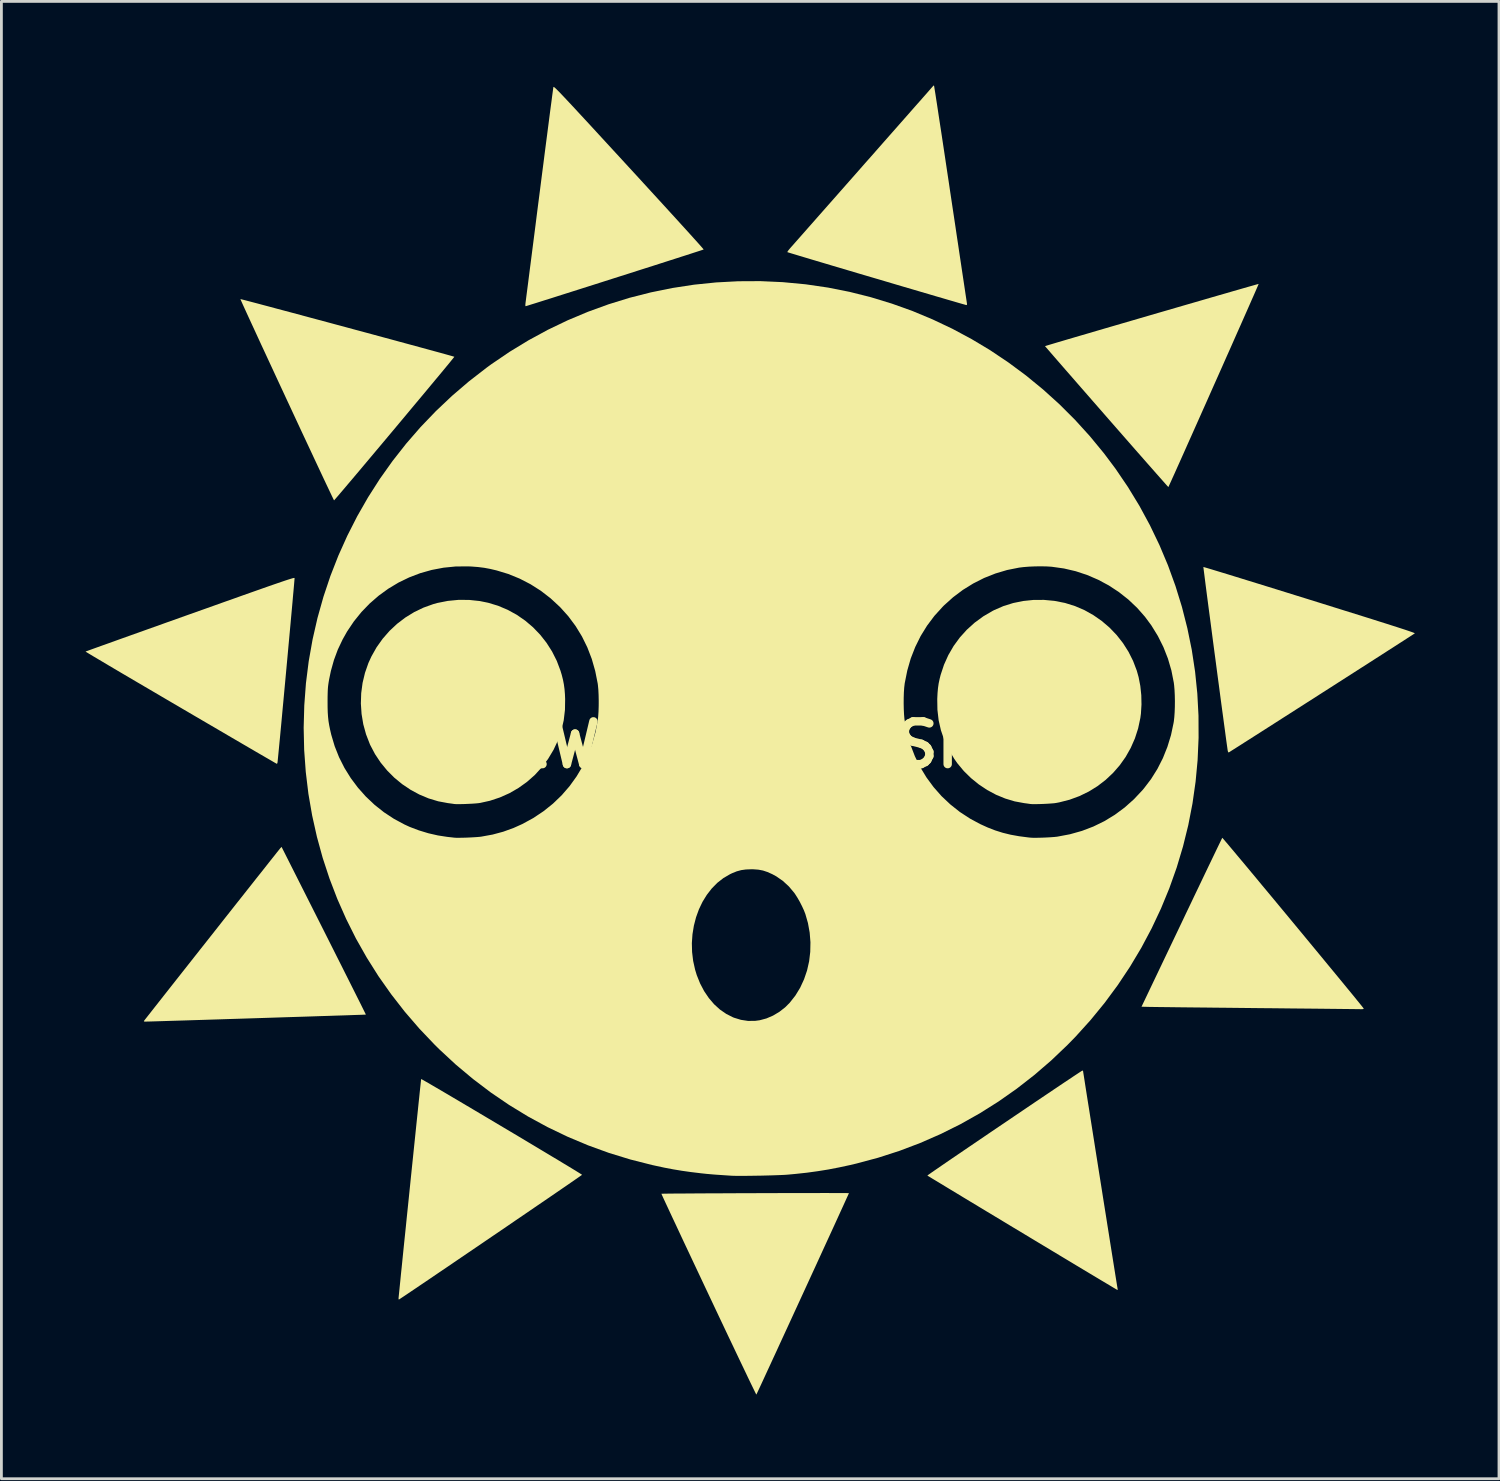
<source format=kicad_pcb>
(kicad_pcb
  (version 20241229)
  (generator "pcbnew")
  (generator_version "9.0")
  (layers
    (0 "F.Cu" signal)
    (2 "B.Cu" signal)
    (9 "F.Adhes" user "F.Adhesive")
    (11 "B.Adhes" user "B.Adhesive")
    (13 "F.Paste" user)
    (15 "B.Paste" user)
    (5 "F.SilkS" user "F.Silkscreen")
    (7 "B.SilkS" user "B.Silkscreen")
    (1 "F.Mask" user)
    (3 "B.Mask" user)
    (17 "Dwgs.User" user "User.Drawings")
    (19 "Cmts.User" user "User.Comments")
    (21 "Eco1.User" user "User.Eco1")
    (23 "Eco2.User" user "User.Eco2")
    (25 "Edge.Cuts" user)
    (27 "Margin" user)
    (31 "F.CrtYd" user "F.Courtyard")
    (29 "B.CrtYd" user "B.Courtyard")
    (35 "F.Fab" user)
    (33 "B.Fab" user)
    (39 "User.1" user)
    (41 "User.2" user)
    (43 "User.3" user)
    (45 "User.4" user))
  (footprint "NEW Sun 60 SILK"
    (layer "F.Cu")
    (at 23.726 23.497)
    (property "Reference" "NEW Sun 60 SILK" (at 0 0 0) (layer "F.SilkS") (effects (font (size 1.524 1.524) (thickness 0.3))))
    (attr board_only exclude_from_pos_files exclude_from_bom)
    (fp_poly (pts (xy -10.053 -5.163) (xy -9.676 -5.123) (xy -9.377 -5.062) (xy -9.02 -4.954) (xy -8.68 -4.81) (xy -8.357 -4.633) (xy -8.055 -4.424) (xy -7.776 -4.187) (xy -7.522 -3.923) (xy -7.295 -3.634) (xy -7.097 -3.323) (xy -6.93 -2.991) (xy -6.798 -2.641) (xy -6.753 -2.492) (xy -6.709 -2.318) (xy -6.677 -2.154) (xy -6.654 -1.986) (xy -6.639 -1.801) (xy -6.632 -1.631) (xy -6.638 -1.246) (xy -6.682 -0.874) (xy -6.764 -0.513) (xy -6.884 -0.164) (xy -7.043 0.176) (xy -7.24 0.505) (xy -7.463 0.804) (xy -7.714 1.078) (xy -7.993 1.324) (xy -8.295 1.54) (xy -8.617 1.726) (xy -8.958 1.878) (xy -9.314 1.996) (xy -9.662 2.073) (xy -9.734 2.083) (xy -9.832 2.092) (xy -9.95 2.1) (xy -10.078 2.106) (xy -10.208 2.112) (xy -10.333 2.115) (xy -10.442 2.116) (xy -10.53 2.115) (xy -10.586 2.111) (xy -10.588 2.111) (xy -10.631 2.104) (xy -10.701 2.094) (xy -10.784 2.083) (xy -10.809 2.08) (xy -11.157 2.015) (xy -11.498 1.912) (xy -11.828 1.774) (xy -12.144 1.603) (xy -12.443 1.402) (xy -12.722 1.172) (xy -12.977 0.916) (xy -13.207 0.636) (xy -13.408 0.334) (xy -13.577 0.013) (xy -13.592 -0.02) (xy -13.728 -0.371) (xy -13.827 -0.731) (xy -13.888 -1.098) (xy -13.913 -1.469) (xy -13.901 -1.839) (xy -13.852 -2.206) (xy -13.766 -2.565) (xy -13.644 -2.914) (xy -13.537 -3.148) (xy -13.353 -3.474) (xy -13.137 -3.778) (xy -12.892 -4.058) (xy -12.622 -4.311) (xy -12.328 -4.535) (xy -12.014 -4.728) (xy -11.682 -4.888) (xy -11.334 -5.013) (xy -11.189 -5.054) (xy -10.814 -5.128) (xy -10.434 -5.165)) (stroke (width 0) (type solid)) (fill yes) (layer "F.SilkS"))
    (fp_poly (pts (xy 10.809 -5.129) (xy 11.176 -5.057) (xy 11.189 -5.054) (xy 11.541 -4.944) (xy 11.879 -4.799) (xy 12.198 -4.62) (xy 12.498 -4.411) (xy 12.775 -4.174) (xy 13.028 -3.91) (xy 13.253 -3.623) (xy 13.449 -3.314) (xy 13.613 -2.987) (xy 13.744 -2.643) (xy 13.809 -2.412) (xy 13.87 -2.097) (xy 13.905 -1.766) (xy 13.912 -1.434) (xy 13.892 -1.11) (xy 13.871 -0.953) (xy 13.792 -0.581) (xy 13.677 -0.225) (xy 13.528 0.113) (xy 13.348 0.432) (xy 13.137 0.73) (xy 12.898 1.004) (xy 12.633 1.253) (xy 12.344 1.475) (xy 12.032 1.668) (xy 11.699 1.83) (xy 11.348 1.959) (xy 10.98 2.053) (xy 10.869 2.074) (xy 10.798 2.084) (xy 10.701 2.092) (xy 10.584 2.1) (xy 10.457 2.107) (xy 10.327 2.112) (xy 10.204 2.115) (xy 10.094 2.116) (xy 10.007 2.115) (xy 9.951 2.111) (xy 9.948 2.111) (xy 9.905 2.104) (xy 9.836 2.094) (xy 9.752 2.083) (xy 9.728 2.08) (xy 9.389 2.017) (xy 9.054 1.916) (xy 8.727 1.781) (xy 8.412 1.612) (xy 8.113 1.413) (xy 7.833 1.186) (xy 7.577 0.934) (xy 7.348 0.659) (xy 7.24 0.505) (xy 7.042 0.174) (xy 6.883 -0.166) (xy 6.763 -0.516) (xy 6.681 -0.876) (xy 6.638 -1.249) (xy 6.632 -1.631) (xy 6.642 -1.838) (xy 6.658 -2.019) (xy 6.682 -2.185) (xy 6.717 -2.35) (xy 6.753 -2.492) (xy 6.873 -2.854) (xy 7.028 -3.198) (xy 7.216 -3.522) (xy 7.436 -3.823) (xy 7.687 -4.101) (xy 7.966 -4.353) (xy 8.272 -4.577) (xy 8.604 -4.771) (xy 8.658 -4.799) (xy 8.99 -4.943) (xy 9.338 -5.052) (xy 9.697 -5.125) (xy 10.065 -5.163) (xy 10.437 -5.164)) (stroke (width 0) (type solid)) (fill yes) (layer "F.SilkS"))
    (fp_poly (pts (xy 16.805 3.33) (xy 16.843 3.373) (xy 16.903 3.444) (xy 16.985 3.539) (xy 17.085 3.659) (xy 17.204 3.8) (xy 17.339 3.962) (xy 17.49 4.142) (xy 17.654 4.338) (xy 17.83 4.55) (xy 18.017 4.774) (xy 18.212 5.01) (xy 18.416 5.254) (xy 18.626 5.507) (xy 18.84 5.765) (xy 19.058 6.028) (xy 19.277 6.292) (xy 19.496 6.557) (xy 19.715 6.821) (xy 19.93 7.082) (xy 20.141 7.337) (xy 20.347 7.586) (xy 20.545 7.827) (xy 20.735 8.057) (xy 20.915 8.275) (xy 21.083 8.479) (xy 21.237 8.667) (xy 21.378 8.838) (xy 21.502 8.99) (xy 21.608 9.121) (xy 21.696 9.229) (xy 21.763 9.312) (xy 21.808 9.369) (xy 21.829 9.397) (xy 21.831 9.4) (xy 21.828 9.415) (xy 21.802 9.423) (xy 21.744 9.425) (xy 21.714 9.425) (xy 21.681 9.424) (xy 21.61 9.423) (xy 21.503 9.422) (xy 21.362 9.42) (xy 21.19 9.419) (xy 20.988 9.416) (xy 20.759 9.414) (xy 20.504 9.411) (xy 20.226 9.408) (xy 19.927 9.405) (xy 19.609 9.402) (xy 19.274 9.399) (xy 18.924 9.395) (xy 18.561 9.391) (xy 18.188 9.388) (xy 18.004 9.386) (xy 17.624 9.382) (xy 17.253 9.378) (xy 16.892 9.374) (xy 16.544 9.371) (xy 16.21 9.367) (xy 15.894 9.364) (xy 15.597 9.361) (xy 15.322 9.358) (xy 15.07 9.355) (xy 14.845 9.352) (xy 14.647 9.35) (xy 14.48 9.348) (xy 14.345 9.346) (xy 14.245 9.345) (xy 14.182 9.344) (xy 14.167 9.343) (xy 13.913 9.337) (xy 15.345 6.335) (xy 15.5 6.008) (xy 15.652 5.691) (xy 15.797 5.386) (xy 15.937 5.094) (xy 16.069 4.818) (xy 16.193 4.558) (xy 16.308 4.318) (xy 16.413 4.1) (xy 16.507 3.904) (xy 16.589 3.733) (xy 16.659 3.588) (xy 16.715 3.473) (xy 16.756 3.388) (xy 16.782 3.335) (xy 16.792 3.317)) (stroke (width 0) (type solid)) (fill yes) (layer "F.SilkS"))
    (fp_poly (pts (xy -15.234 6.626) (xy -15.071 6.95) (xy -14.913 7.264) (xy -14.761 7.567) (xy -14.615 7.856) (xy -14.478 8.13) (xy -14.349 8.386) (xy -14.23 8.624) (xy -14.121 8.841) (xy -14.024 9.035) (xy -13.939 9.204) (xy -13.868 9.347) (xy -13.811 9.462) (xy -13.769 9.547) (xy -13.743 9.599) (xy -13.735 9.618) (xy -13.735 9.618) (xy -13.755 9.619) (xy -13.813 9.621) (xy -13.906 9.625) (xy -14.032 9.629) (xy -14.189 9.634) (xy -14.374 9.641) (xy -14.585 9.648) (xy -14.82 9.655) (xy -15.076 9.664) (xy -15.352 9.672) (xy -15.644 9.682) (xy -15.95 9.692) (xy -16.269 9.702) (xy -16.597 9.712) (xy -16.932 9.723) (xy -17.273 9.734) (xy -17.616 9.745) (xy -17.96 9.756) (xy -18.302 9.767) (xy -18.639 9.777) (xy -18.97 9.788) (xy -19.292 9.798) (xy -19.603 9.808) (xy -19.9 9.817) (xy -20.181 9.826) (xy -20.445 9.834) (xy -20.687 9.841) (xy -20.907 9.848) (xy -21.101 9.854) (xy -21.268 9.859) (xy -21.404 9.863) (xy -21.509 9.866) (xy -21.579 9.867) (xy -21.612 9.868) (xy -21.613 9.868) (xy -21.646 9.861) (xy -21.644 9.843) (xy -21.63 9.824) (xy -21.592 9.775) (xy -21.532 9.699) (xy -21.451 9.596) (xy -21.352 9.47) (xy -21.235 9.321) (xy -21.102 9.152) (xy -20.955 8.965) (xy -20.794 8.761) (xy -20.622 8.542) (xy -20.439 8.31) (xy -20.248 8.068) (xy -20.049 7.816) (xy -19.845 7.557) (xy -19.636 7.292) (xy -19.424 7.024) (xy -19.211 6.754) (xy -18.998 6.484) (xy -18.787 6.216) (xy -18.578 5.952) (xy -18.374 5.693) (xy -18.175 5.442) (xy -17.984 5.2) (xy -17.802 4.97) (xy -17.63 4.752) (xy -17.469 4.55) (xy -17.322 4.364) (xy -17.19 4.196) (xy -17.073 4.049) (xy -16.974 3.925) (xy -16.895 3.824) (xy -16.835 3.75) (xy -16.798 3.703) (xy -16.784 3.687) (xy -16.74 3.64)) (stroke (width 0) (type solid)) (fill yes) (layer "F.SilkS"))
    (fp_poly (pts (xy 18.08 -16.408) (xy 18.058 -16.354) (xy 18.021 -16.269) (xy 17.971 -16.153) (xy 17.908 -16.009) (xy 17.833 -15.84) (xy 17.748 -15.646) (xy 17.653 -15.431) (xy 17.549 -15.196) (xy 17.438 -14.944) (xy 17.319 -14.677) (xy 17.195 -14.396) (xy 17.066 -14.104) (xy 16.932 -13.804) (xy 16.796 -13.496) (xy 16.657 -13.184) (xy 16.517 -12.87) (xy 16.377 -12.555) (xy 16.238 -12.241) (xy 16.1 -11.932) (xy 15.965 -11.628) (xy 15.833 -11.333) (xy 15.706 -11.047) (xy 15.584 -10.775) (xy 15.469 -10.516) (xy 15.361 -10.274) (xy 15.261 -10.051) (xy 15.17 -9.848) (xy 15.09 -9.669) (xy 15.02 -9.515) (xy 14.963 -9.388) (xy 14.918 -9.29) (xy 14.887 -9.223) (xy 14.872 -9.19) (xy 14.87 -9.187) (xy 14.855 -9.202) (xy 14.815 -9.245) (xy 14.752 -9.316) (xy 14.667 -9.412) (xy 14.561 -9.532) (xy 14.435 -9.674) (xy 14.292 -9.837) (xy 14.131 -10.019) (xy 13.956 -10.219) (xy 13.766 -10.434) (xy 13.564 -10.665) (xy 13.351 -10.908) (xy 13.128 -11.163) (xy 12.897 -11.427) (xy 12.666 -11.691) (xy 12.428 -11.964) (xy 12.197 -12.228) (xy 11.975 -12.483) (xy 11.762 -12.726) (xy 11.561 -12.957) (xy 11.373 -13.173) (xy 11.198 -13.373) (xy 11.039 -13.556) (xy 10.897 -13.719) (xy 10.773 -13.862) (xy 10.669 -13.982) (xy 10.585 -14.079) (xy 10.524 -14.15) (xy 10.486 -14.193) (xy 10.473 -14.209) (xy 10.492 -14.215) (xy 10.546 -14.232) (xy 10.635 -14.259) (xy 10.755 -14.295) (xy 10.905 -14.34) (xy 11.083 -14.392) (xy 11.285 -14.452) (xy 11.51 -14.518) (xy 11.756 -14.59) (xy 12.02 -14.667) (xy 12.301 -14.75) (xy 12.595 -14.836) (xy 12.901 -14.925) (xy 13.216 -15.017) (xy 13.539 -15.111) (xy 13.867 -15.207) (xy 14.197 -15.303) (xy 14.529 -15.4) (xy 14.858 -15.495) (xy 15.183 -15.59) (xy 15.503 -15.683) (xy 15.814 -15.773) (xy 16.114 -15.86) (xy 16.402 -15.944) (xy 16.675 -16.023) (xy 16.93 -16.096) (xy 17.166 -16.165) (xy 17.38 -16.226) (xy 17.57 -16.281) (xy 17.734 -16.328) (xy 17.869 -16.366) (xy 17.974 -16.396) (xy 18.046 -16.416) (xy 18.083 -16.426) (xy 18.088 -16.426)) (stroke (width 0) (type solid)) (fill yes) (layer "F.SilkS"))
    (fp_poly (pts (xy -18.187 -15.882) (xy -18.131 -15.868) (xy -18.04 -15.845) (xy -17.918 -15.813) (xy -17.766 -15.773) (xy -17.587 -15.726) (xy -17.382 -15.671) (xy -17.155 -15.611) (xy -16.907 -15.544) (xy -16.64 -15.473) (xy -16.358 -15.398) (xy -16.061 -15.318) (xy -15.753 -15.235) (xy -15.436 -15.15) (xy -15.111 -15.063) (xy -14.782 -14.974) (xy -14.45 -14.885) (xy -14.118 -14.795) (xy -13.787 -14.706) (xy -13.461 -14.618) (xy -13.141 -14.531) (xy -12.829 -14.447) (xy -12.529 -14.365) (xy -12.241 -14.287) (xy -11.969 -14.213) (xy -11.715 -14.144) (xy -11.48 -14.08) (xy -11.268 -14.022) (xy -11.08 -13.971) (xy -10.918 -13.926) (xy -10.786 -13.889) (xy -10.685 -13.861) (xy -10.617 -13.841) (xy -10.584 -13.831) (xy -10.582 -13.83) (xy -10.593 -13.814) (xy -10.629 -13.769) (xy -10.687 -13.698) (xy -10.765 -13.601) (xy -10.864 -13.482) (xy -10.979 -13.342) (xy -11.111 -13.183) (xy -11.258 -13.007) (xy -11.417 -12.816) (xy -11.587 -12.611) (xy -11.767 -12.396) (xy -11.955 -12.171) (xy -12.149 -11.939) (xy -12.347 -11.701) (xy -12.549 -11.46) (xy -12.752 -11.217) (xy -12.955 -10.975) (xy -13.156 -10.735) (xy -13.354 -10.5) (xy -13.546 -10.271) (xy -13.732 -10.05) (xy -13.909 -9.839) (xy -14.077 -9.64) (xy -14.233 -9.455) (xy -14.376 -9.287) (xy -14.503 -9.136) (xy -14.615 -9.005) (xy -14.708 -8.895) (xy -14.782 -8.81) (xy -14.834 -8.75) (xy -14.863 -8.717) (xy -14.869 -8.712) (xy -14.878 -8.729) (xy -14.904 -8.781) (xy -14.945 -8.866) (xy -15 -8.982) (xy -15.069 -9.127) (xy -15.151 -9.3) (xy -15.245 -9.499) (xy -15.35 -9.723) (xy -15.465 -9.968) (xy -15.59 -10.235) (xy -15.723 -10.52) (xy -15.865 -10.823) (xy -16.014 -11.141) (xy -16.169 -11.474) (xy -16.329 -11.818) (xy -16.494 -12.173) (xy -16.55 -12.292) (xy -16.716 -12.65) (xy -16.878 -12.998) (xy -17.034 -13.335) (xy -17.184 -13.658) (xy -17.327 -13.967) (xy -17.463 -14.259) (xy -17.589 -14.533) (xy -17.706 -14.787) (xy -17.813 -15.019) (xy -17.909 -15.227) (xy -17.993 -15.41) (xy -18.064 -15.566) (xy -18.122 -15.693) (xy -18.165 -15.789) (xy -18.194 -15.854) (xy -18.207 -15.884) (xy -18.207 -15.886)) (stroke (width 0) (type solid)) (fill yes) (layer "F.SilkS"))
    (fp_poly (pts (xy 2.73 15.978) (xy 2.927 15.979) (xy 3.098 15.979) (xy 3.241 15.98) (xy 3.354 15.98) (xy 3.432 15.981) (xy 3.475 15.982) (xy 3.483 15.983) (xy 3.475 16.003) (xy 3.451 16.057) (xy 3.412 16.142) (xy 3.359 16.258) (xy 3.294 16.402) (xy 3.216 16.572) (xy 3.128 16.765) (xy 3.03 16.98) (xy 2.923 17.214) (xy 2.808 17.465) (xy 2.685 17.732) (xy 2.557 18.011) (xy 2.424 18.302) (xy 2.287 18.601) (xy 2.146 18.907) (xy 2.004 19.217) (xy 1.86 19.53) (xy 1.716 19.843) (xy 1.573 20.154) (xy 1.432 20.461) (xy 1.293 20.763) (xy 1.158 21.056) (xy 1.028 21.338) (xy 0.904 21.609) (xy 0.786 21.864) (xy 0.676 22.103) (xy 0.574 22.323) (xy 0.482 22.523) (xy 0.401 22.699) (xy 0.331 22.85) (xy 0.273 22.974) (xy 0.229 23.068) (xy 0.199 23.131) (xy 0.185 23.16) (xy 0.184 23.162) (xy 0.174 23.146) (xy 0.148 23.095) (xy 0.107 23.011) (xy 0.051 22.896) (xy -0.019 22.752) (xy -0.102 22.58) (xy -0.196 22.382) (xy -0.302 22.16) (xy -0.419 21.916) (xy -0.545 21.651) (xy -0.68 21.366) (xy -0.824 21.065) (xy -0.974 20.747) (xy -1.131 20.416) (xy -1.293 20.073) (xy -1.46 19.719) (xy -1.519 19.594) (xy -1.688 19.236) (xy -1.851 18.889) (xy -2.01 18.552) (xy -2.162 18.229) (xy -2.307 17.921) (xy -2.444 17.63) (xy -2.572 17.356) (xy -2.69 17.103) (xy -2.799 16.872) (xy -2.896 16.664) (xy -2.981 16.481) (xy -3.054 16.325) (xy -3.113 16.198) (xy -3.157 16.102) (xy -3.186 16.037) (xy -3.2 16.007) (xy -3.2 16.005) (xy -3.179 16.003) (xy -3.121 16.002) (xy -3.028 16) (xy -2.902 15.999) (xy -2.746 15.997) (xy -2.564 15.996) (xy -2.356 15.995) (xy -2.126 15.993) (xy -1.877 15.992) (xy -1.61 15.99) (xy -1.329 15.989) (xy -1.036 15.988) (xy -0.733 15.986) (xy -0.423 15.985) (xy -0.108 15.984) (xy 0.209 15.983) (xy 0.525 15.982) (xy 0.837 15.981) (xy 1.145 15.98) (xy 1.444 15.98) (xy 1.733 15.979) (xy 2.008 15.979) (xy 2.268 15.979) (xy 2.509 15.978)) (stroke (width 0) (type solid)) (fill yes) (layer "F.SilkS"))
    (fp_poly (pts (xy -11.747 11.922) (xy -11.698 11.95) (xy -11.618 11.995) (xy -11.511 12.056) (xy -11.378 12.134) (xy -11.222 12.225) (xy -11.044 12.329) (xy -10.847 12.445) (xy -10.634 12.571) (xy -10.405 12.706) (xy -10.164 12.849) (xy -9.912 12.998) (xy -9.653 13.152) (xy -9.387 13.31) (xy -9.117 13.47) (xy -8.845 13.632) (xy -8.574 13.793) (xy -8.305 13.953) (xy -8.041 14.111) (xy -7.784 14.265) (xy -7.537 14.413) (xy -7.3 14.555) (xy -7.077 14.689) (xy -6.869 14.813) (xy -6.68 14.928) (xy -6.51 15.03) (xy -6.362 15.12) (xy -6.239 15.195) (xy -6.142 15.255) (xy -6.074 15.298) (xy -6.036 15.323) (xy -6.029 15.328) (xy -6.045 15.341) (xy -6.092 15.374) (xy -6.168 15.427) (xy -6.272 15.499) (xy -6.401 15.588) (xy -6.554 15.694) (xy -6.728 15.813) (xy -6.922 15.946) (xy -7.133 16.091) (xy -7.361 16.247) (xy -7.602 16.411) (xy -7.855 16.584) (xy -8.118 16.764) (xy -8.39 16.949) (xy -8.667 17.139) (xy -8.949 17.331) (xy -9.233 17.524) (xy -9.518 17.718) (xy -9.801 17.911) (xy -10.081 18.101) (xy -10.355 18.287) (xy -10.622 18.469) (xy -10.879 18.644) (xy -11.126 18.811) (xy -11.36 18.97) (xy -11.578 19.118) (xy -11.78 19.254) (xy -11.963 19.378) (xy -12.125 19.487) (xy -12.264 19.581) (xy -12.379 19.658) (xy -12.467 19.716) (xy -12.527 19.756) (xy -12.556 19.774) (xy -12.559 19.776) (xy -12.568 19.759) (xy -12.57 19.73) (xy -12.568 19.707) (xy -12.562 19.646) (xy -12.552 19.549) (xy -12.539 19.421) (xy -12.523 19.261) (xy -12.504 19.074) (xy -12.483 18.86) (xy -12.458 18.624) (xy -12.432 18.366) (xy -12.404 18.089) (xy -12.374 17.796) (xy -12.342 17.489) (xy -12.309 17.171) (xy -12.276 16.842) (xy -12.241 16.507) (xy -12.206 16.167) (xy -12.171 15.825) (xy -12.136 15.483) (xy -12.101 15.143) (xy -12.066 14.808) (xy -12.032 14.479) (xy -11.999 14.161) (xy -11.967 13.853) (xy -11.937 13.56) (xy -11.908 13.283) (xy -11.881 13.025) (xy -11.857 12.788) (xy -11.834 12.574) (xy -11.815 12.386) (xy -11.798 12.227) (xy -11.784 12.097) (xy -11.774 12) (xy -11.767 11.939) (xy -11.764 11.915) (xy -11.764 11.915)) (stroke (width 0) (type solid)) (fill yes) (layer "F.SilkS"))
    (fp_poly (pts (xy 11.825 11.617) (xy 11.829 11.627) (xy 11.832 11.649) (xy 11.841 11.708) (xy 11.856 11.802) (xy 11.876 11.928) (xy 11.9 12.085) (xy 11.929 12.27) (xy 11.962 12.48) (xy 11.999 12.714) (xy 12.04 12.969) (xy 12.083 13.242) (xy 12.129 13.532) (xy 12.177 13.836) (xy 12.227 14.152) (xy 12.278 14.477) (xy 12.331 14.809) (xy 12.384 15.146) (xy 12.438 15.485) (xy 12.492 15.825) (xy 12.545 16.162) (xy 12.598 16.495) (xy 12.65 16.821) (xy 12.7 17.139) (xy 12.749 17.444) (xy 12.795 17.736) (xy 12.839 18.012) (xy 12.88 18.269) (xy 12.918 18.506) (xy 12.952 18.72) (xy 12.982 18.908) (xy 13.008 19.069) (xy 13.029 19.2) (xy 13.045 19.299) (xy 13.056 19.363) (xy 13.06 19.39) (xy 13.06 19.39) (xy 13.063 19.425) (xy 13.056 19.435) (xy 13.037 19.424) (xy 12.986 19.394) (xy 12.904 19.346) (xy 12.793 19.279) (xy 12.654 19.196) (xy 12.489 19.098) (xy 12.299 18.984) (xy 12.087 18.857) (xy 11.853 18.717) (xy 11.6 18.565) (xy 11.33 18.402) (xy 11.043 18.23) (xy 10.741 18.048) (xy 10.427 17.859) (xy 10.101 17.663) (xy 9.766 17.461) (xy 9.668 17.402) (xy 9.33 17.199) (xy 9.001 17) (xy 8.684 16.809) (xy 8.378 16.625) (xy 8.087 16.449) (xy 7.811 16.283) (xy 7.553 16.127) (xy 7.314 15.982) (xy 7.095 15.85) (xy 6.899 15.731) (xy 6.727 15.627) (xy 6.58 15.538) (xy 6.46 15.466) (xy 6.37 15.41) (xy 6.309 15.374) (xy 6.282 15.356) (xy 6.28 15.355) (xy 6.295 15.343) (xy 6.341 15.309) (xy 6.416 15.257) (xy 6.518 15.186) (xy 6.645 15.099) (xy 6.794 14.996) (xy 6.965 14.879) (xy 7.153 14.75) (xy 7.359 14.61) (xy 7.578 14.461) (xy 7.81 14.303) (xy 8.052 14.139) (xy 8.302 13.969) (xy 8.558 13.795) (xy 8.818 13.619) (xy 9.08 13.442) (xy 9.341 13.265) (xy 9.6 13.09) (xy 9.854 12.918) (xy 10.102 12.75) (xy 10.341 12.589) (xy 10.57 12.435) (xy 10.785 12.29) (xy 10.986 12.155) (xy 11.169 12.032) (xy 11.333 11.923) (xy 11.476 11.827) (xy 11.596 11.748) (xy 11.69 11.686) (xy 11.757 11.642) (xy 11.794 11.619) (xy 11.8 11.616)) (stroke (width 0) (type solid)) (fill yes) (layer "F.SilkS"))
    (fp_poly (pts (xy 16.138 -6.332) (xy 16.194 -6.316) (xy 16.285 -6.289) (xy 16.409 -6.252) (xy 16.563 -6.205) (xy 16.747 -6.149) (xy 16.958 -6.085) (xy 17.194 -6.012) (xy 17.454 -5.932) (xy 17.735 -5.845) (xy 18.037 -5.752) (xy 18.357 -5.653) (xy 18.693 -5.549) (xy 19.043 -5.44) (xy 19.406 -5.327) (xy 19.78 -5.211) (xy 19.905 -5.172) (xy 20.367 -5.028) (xy 20.792 -4.895) (xy 21.182 -4.773) (xy 21.538 -4.662) (xy 21.861 -4.561) (xy 22.151 -4.47) (xy 22.412 -4.387) (xy 22.644 -4.314) (xy 22.847 -4.249) (xy 23.025 -4.192) (xy 23.177 -4.143) (xy 23.306 -4.101) (xy 23.412 -4.065) (xy 23.497 -4.036) (xy 23.563 -4.013) (xy 23.61 -3.995) (xy 23.639 -3.983) (xy 23.653 -3.974) (xy 23.654 -3.971) (xy 23.635 -3.958) (xy 23.584 -3.925) (xy 23.504 -3.873) (xy 23.395 -3.803) (xy 23.261 -3.716) (xy 23.103 -3.615) (xy 22.923 -3.499) (xy 22.723 -3.371) (xy 22.506 -3.231) (xy 22.272 -3.081) (xy 22.024 -2.922) (xy 21.765 -2.756) (xy 21.495 -2.583) (xy 21.217 -2.405) (xy 20.934 -2.224) (xy 20.646 -2.039) (xy 20.356 -1.854) (xy 20.066 -1.668) (xy 19.778 -1.484) (xy 19.493 -1.302) (xy 19.215 -1.124) (xy 18.944 -0.951) (xy 18.683 -0.784) (xy 18.434 -0.625) (xy 18.198 -0.474) (xy 17.978 -0.334) (xy 17.776 -0.205) (xy 17.593 -0.089) (xy 17.433 0.014) (xy 17.295 0.101) (xy 17.183 0.172) (xy 17.099 0.225) (xy 17.045 0.26) (xy 17.021 0.274) (xy 17.021 0.274) (xy 17.003 0.263) (xy 16.988 0.222) (xy 16.987 0.216) (xy 16.98 0.173) (xy 16.969 0.093) (xy 16.953 -0.019) (xy 16.933 -0.162) (xy 16.91 -0.332) (xy 16.884 -0.529) (xy 16.854 -0.748) (xy 16.822 -0.988) (xy 16.787 -1.245) (xy 16.75 -1.518) (xy 16.712 -1.804) (xy 16.673 -2.101) (xy 16.632 -2.405) (xy 16.591 -2.714) (xy 16.55 -3.026) (xy 16.508 -3.338) (xy 16.467 -3.649) (xy 16.427 -3.954) (xy 16.388 -4.252) (xy 16.35 -4.54) (xy 16.313 -4.816) (xy 16.279 -5.076) (xy 16.247 -5.32) (xy 16.218 -5.543) (xy 16.192 -5.744) (xy 16.17 -5.92) (xy 16.151 -6.069) (xy 16.136 -6.187) (xy 16.125 -6.273) (xy 16.119 -6.324) (xy 16.118 -6.337)) (stroke (width 0) (type solid)) (fill yes) (layer "F.SilkS"))
    (fp_poly (pts (xy 6.516 -23.495) (xy 6.517 -23.493) (xy 6.522 -23.472) (xy 6.531 -23.414) (xy 6.546 -23.319) (xy 6.567 -23.191) (xy 6.591 -23.031) (xy 6.621 -22.841) (xy 6.654 -22.623) (xy 6.691 -22.378) (xy 6.732 -22.11) (xy 6.777 -21.818) (xy 6.824 -21.507) (xy 6.874 -21.176) (xy 6.926 -20.829) (xy 6.98 -20.467) (xy 7.037 -20.092) (xy 7.094 -19.706) (xy 7.107 -19.621) (xy 7.165 -19.233) (xy 7.222 -18.855) (xy 7.277 -18.489) (xy 7.329 -18.137) (xy 7.38 -17.801) (xy 7.427 -17.483) (xy 7.472 -17.185) (xy 7.513 -16.909) (xy 7.551 -16.657) (xy 7.585 -16.431) (xy 7.615 -16.232) (xy 7.64 -16.062) (xy 7.661 -15.924) (xy 7.677 -15.82) (xy 7.687 -15.751) (xy 7.692 -15.719) (xy 7.692 -15.717) (xy 7.69 -15.681) (xy 7.668 -15.673) (xy 7.646 -15.679) (xy 7.587 -15.696) (xy 7.494 -15.722) (xy 7.369 -15.758) (xy 7.213 -15.804) (xy 7.029 -15.857) (xy 6.819 -15.919) (xy 6.584 -15.987) (xy 6.328 -16.063) (xy 6.051 -16.144) (xy 5.757 -16.231) (xy 5.446 -16.322) (xy 5.121 -16.418) (xy 4.784 -16.518) (xy 4.469 -16.611) (xy 4.123 -16.713) (xy 3.787 -16.812) (xy 3.464 -16.908) (xy 3.156 -17) (xy 2.864 -17.086) (xy 2.59 -17.168) (xy 2.336 -17.243) (xy 2.106 -17.312) (xy 1.899 -17.374) (xy 1.719 -17.428) (xy 1.568 -17.474) (xy 1.447 -17.51) (xy 1.359 -17.537) (xy 1.305 -17.554) (xy 1.288 -17.56) (xy 1.295 -17.579) (xy 1.324 -17.621) (xy 1.371 -17.679) (xy 1.414 -17.729) (xy 1.437 -17.755) (xy 1.485 -17.808) (xy 1.555 -17.888) (xy 1.647 -17.992) (xy 1.758 -18.118) (xy 1.887 -18.264) (xy 2.033 -18.43) (xy 2.194 -18.612) (xy 2.368 -18.81) (xy 2.554 -19.021) (xy 2.751 -19.244) (xy 2.956 -19.476) (xy 3.168 -19.717) (xy 3.386 -19.964) (xy 3.608 -20.216) (xy 3.832 -20.47) (xy 4.057 -20.726) (xy 4.282 -20.98) (xy 4.504 -21.232) (xy 4.722 -21.48) (xy 4.935 -21.722) (xy 5.141 -21.955) (xy 5.338 -22.179) (xy 5.526 -22.392) (xy 5.701 -22.591) (xy 5.863 -22.775) (xy 6.011 -22.942) (xy 6.142 -23.091) (xy 6.255 -23.219) (xy 6.348 -23.326) (xy 6.42 -23.408) (xy 6.47 -23.464) (xy 6.495 -23.493) (xy 6.498 -23.497)) (stroke (width 0) (type solid)) (fill yes) (layer "F.SilkS"))
    (fp_poly (pts (xy -16.278 -5.944) (xy -16.276 -5.942) (xy -16.278 -5.919) (xy -16.282 -5.858) (xy -16.29 -5.763) (xy -16.301 -5.636) (xy -16.315 -5.479) (xy -16.332 -5.295) (xy -16.35 -5.086) (xy -16.371 -4.855) (xy -16.394 -4.605) (xy -16.418 -4.339) (xy -16.444 -4.057) (xy -16.471 -3.764) (xy -16.499 -3.462) (xy -16.527 -3.154) (xy -16.556 -2.841) (xy -16.585 -2.526) (xy -16.614 -2.213) (xy -16.643 -1.903) (xy -16.671 -1.6) (xy -16.699 -1.305) (xy -16.725 -1.021) (xy -16.75 -0.751) (xy -16.774 -0.498) (xy -16.796 -0.263) (xy -16.817 -0.05) (xy -16.835 0.139) (xy -16.851 0.302) (xy -16.864 0.435) (xy -16.874 0.537) (xy -16.881 0.604) (xy -16.885 0.635) (xy -16.885 0.636) (xy -16.897 0.67) (xy -16.909 0.679) (xy -16.927 0.669) (xy -16.979 0.64) (xy -17.061 0.592) (xy -17.173 0.527) (xy -17.313 0.446) (xy -17.48 0.349) (xy -17.671 0.238) (xy -17.885 0.113) (xy -18.12 -0.024) (xy -18.375 -0.173) (xy -18.647 -0.332) (xy -18.936 -0.501) (xy -19.24 -0.679) (xy -19.557 -0.864) (xy -19.885 -1.056) (xy -20.223 -1.254) (xy -20.33 -1.317) (xy -20.67 -1.516) (xy -21.001 -1.71) (xy -21.321 -1.898) (xy -21.628 -2.078) (xy -21.921 -2.25) (xy -22.198 -2.413) (xy -22.457 -2.565) (xy -22.697 -2.707) (xy -22.916 -2.836) (xy -23.112 -2.953) (xy -23.284 -3.055) (xy -23.431 -3.142) (xy -23.549 -3.213) (xy -23.639 -3.267) (xy -23.698 -3.303) (xy -23.725 -3.321) (xy -23.726 -3.322) (xy -23.707 -3.33) (xy -23.651 -3.35) (xy -23.561 -3.383) (xy -23.44 -3.427) (xy -23.287 -3.482) (xy -23.106 -3.547) (xy -22.898 -3.621) (xy -22.665 -3.705) (xy -22.409 -3.797) (xy -22.131 -3.896) (xy -21.833 -4.002) (xy -21.518 -4.115) (xy -21.186 -4.233) (xy -20.841 -4.357) (xy -20.483 -4.484) (xy -20.114 -4.616) (xy -19.999 -4.657) (xy -19.556 -4.814) (xy -19.149 -4.959) (xy -18.777 -5.092) (xy -18.437 -5.212) (xy -18.13 -5.322) (xy -17.852 -5.42) (xy -17.603 -5.508) (xy -17.382 -5.586) (xy -17.186 -5.655) (xy -17.013 -5.715) (xy -16.864 -5.766) (xy -16.736 -5.81) (xy -16.627 -5.847) (xy -16.536 -5.877) (xy -16.461 -5.901) (xy -16.402 -5.919) (xy -16.356 -5.933) (xy -16.322 -5.941) (xy -16.299 -5.946) (xy -16.285 -5.946)) (stroke (width 0) (type solid)) (fill yes) (layer "F.SilkS"))
    (fp_poly (pts (xy -7.032 -23.445) (xy -7.017 -23.436) (xy -6.997 -23.419) (xy -6.968 -23.393) (xy -6.932 -23.358) (xy -6.886 -23.312) (xy -6.829 -23.255) (xy -6.761 -23.183) (xy -6.68 -23.098) (xy -6.585 -22.997) (xy -6.475 -22.879) (xy -6.348 -22.744) (xy -6.205 -22.589) (xy -6.043 -22.414) (xy -5.861 -22.218) (xy -5.659 -21.999) (xy -5.436 -21.756) (xy -5.189 -21.488) (xy -4.919 -21.194) (xy -4.623 -20.873) (xy -4.357 -20.583) (xy -4.089 -20.292) (xy -3.83 -20.009) (xy -3.579 -19.735) (xy -3.338 -19.472) (xy -3.108 -19.221) (xy -2.891 -18.983) (xy -2.688 -18.761) (xy -2.5 -18.554) (xy -2.328 -18.365) (xy -2.174 -18.195) (xy -2.04 -18.046) (xy -1.925 -17.919) (xy -1.832 -17.815) (xy -1.762 -17.735) (xy -1.716 -17.682) (xy -1.696 -17.656) (xy -1.695 -17.654) (xy -1.715 -17.647) (xy -1.771 -17.628) (xy -1.86 -17.599) (xy -1.981 -17.56) (xy -2.129 -17.512) (xy -2.304 -17.455) (xy -2.502 -17.392) (xy -2.722 -17.321) (xy -2.96 -17.245) (xy -3.215 -17.163) (xy -3.483 -17.077) (xy -3.763 -16.988) (xy -4.052 -16.896) (xy -4.348 -16.801) (xy -4.648 -16.706) (xy -4.95 -16.61) (xy -5.251 -16.514) (xy -5.548 -16.419) (xy -5.841 -16.326) (xy -6.125 -16.236) (xy -6.399 -16.149) (xy -6.661 -16.066) (xy -6.907 -15.988) (xy -7.135 -15.915) (xy -7.344 -15.85) (xy -7.53 -15.791) (xy -7.691 -15.74) (xy -7.824 -15.699) (xy -7.928 -15.666) (xy -8 -15.644) (xy -8.037 -15.633) (xy -8.042 -15.632) (xy -8.049 -15.65) (xy -8.049 -15.699) (xy -8.044 -15.747) (xy -8.04 -15.779) (xy -8.031 -15.848) (xy -8.018 -15.953) (xy -8 -16.091) (xy -7.978 -16.261) (xy -7.952 -16.461) (xy -7.923 -16.689) (xy -7.891 -16.942) (xy -7.855 -17.219) (xy -7.817 -17.517) (xy -7.776 -17.835) (xy -7.733 -18.17) (xy -7.688 -18.521) (xy -7.642 -18.886) (xy -7.594 -19.262) (xy -7.547 -19.625) (xy -7.498 -20.01) (xy -7.45 -20.384) (xy -7.403 -20.746) (xy -7.359 -21.093) (xy -7.316 -21.425) (xy -7.275 -21.738) (xy -7.237 -22.032) (xy -7.202 -22.303) (xy -7.17 -22.55) (xy -7.141 -22.771) (xy -7.115 -22.964) (xy -7.094 -23.128) (xy -7.076 -23.259) (xy -7.063 -23.357) (xy -7.054 -23.419) (xy -7.05 -23.442) (xy -7.048 -23.448) (xy -7.042 -23.449)) (stroke (width 0) (type solid)) (fill yes) (layer "F.SilkS"))
    (fp_poly (pts (xy 1.123 -16.49) (xy 1.92 -16.415) (xy 1.962 -16.41) (xy 2.741 -16.296) (xy 3.511 -16.143) (xy 4.269 -15.952) (xy 5.016 -15.724) (xy 5.75 -15.461) (xy 6.468 -15.161) (xy 7.171 -14.828) (xy 7.857 -14.46) (xy 8.525 -14.059) (xy 9.172 -13.625) (xy 9.799 -13.16) (xy 10.404 -12.664) (xy 10.986 -12.138) (xy 11.542 -11.583) (xy 12.073 -10.998) (xy 12.577 -10.386) (xy 12.98 -9.848) (xy 13.426 -9.192) (xy 13.837 -8.518) (xy 14.212 -7.826) (xy 14.552 -7.118) (xy 14.856 -6.396) (xy 15.123 -5.66) (xy 15.354 -4.912) (xy 15.547 -4.153) (xy 15.704 -3.385) (xy 15.822 -2.609) (xy 15.902 -1.826) (xy 15.944 -1.037) (xy 15.947 -0.244) (xy 15.912 0.552) (xy 15.841 1.311) (xy 15.73 2.091) (xy 15.58 2.863) (xy 15.392 3.624) (xy 15.167 4.375) (xy 14.905 5.113) (xy 14.607 5.837) (xy 14.273 6.546) (xy 13.905 7.238) (xy 13.502 7.912) (xy 13.066 8.567) (xy 12.597 9.202) (xy 12.096 9.814) (xy 11.564 10.403) (xy 11.276 10.698) (xy 10.695 11.252) (xy 10.09 11.773) (xy 9.462 12.262) (xy 8.814 12.717) (xy 8.144 13.139) (xy 7.456 13.526) (xy 6.748 13.878) (xy 6.023 14.195) (xy 5.282 14.476) (xy 4.524 14.72) (xy 3.752 14.927) (xy 3.533 14.979) (xy 3.133 15.065) (xy 2.75 15.139) (xy 2.372 15.2) (xy 1.986 15.253) (xy 1.58 15.297) (xy 1.301 15.323) (xy 1.203 15.33) (xy 1.074 15.336) (xy 0.92 15.342) (xy 0.745 15.348) (xy 0.557 15.353) (xy 0.362 15.358) (xy 0.164 15.361) (xy -0.029 15.364) (xy -0.212 15.366) (xy -0.379 15.366) (xy -0.523 15.366) (xy -0.639 15.364) (xy -0.721 15.36) (xy -0.93 15.346) (xy -1.106 15.334) (xy -1.254 15.324) (xy -1.381 15.314) (xy -1.493 15.304) (xy -1.597 15.295) (xy -1.698 15.284) (xy -1.802 15.273) (xy -1.814 15.271) (xy -2.155 15.23) (xy -2.471 15.185) (xy -2.778 15.134) (xy -3.089 15.075) (xy -3.419 15.004) (xy -3.533 14.979) (xy -4.309 14.782) (xy -5.071 14.548) (xy -5.817 14.277) (xy -6.547 13.97) (xy -7.259 13.628) (xy -7.953 13.251) (xy -8.628 12.839) (xy -9.283 12.393) (xy -9.916 11.913) (xy -10.528 11.401) (xy -11.116 10.856) (xy -11.277 10.697) (xy -11.828 10.118) (xy -12.347 9.516) (xy -12.832 8.893) (xy -13.285 8.25) (xy -13.703 7.587) (xy -13.996 7.069) (xy -2.115 7.069) (xy -2.107 7.386) (xy -2.069 7.704) (xy -1.999 8.018) (xy -1.941 8.209) (xy -1.821 8.508) (xy -1.677 8.782) (xy -1.509 9.03) (xy -1.321 9.25) (xy -1.113 9.439) (xy -0.888 9.594) (xy -0.648 9.715) (xy -0.61 9.73) (xy -0.365 9.805) (xy -0.115 9.843) (xy 0.135 9.842) (xy 0.305 9.819) (xy 0.543 9.755) (xy 0.778 9.654) (xy 1.002 9.521) (xy 1.209 9.36) (xy 1.375 9.194) (xy 1.576 8.938) (xy 1.746 8.659) (xy 1.884 8.36) (xy 1.991 8.046) (xy 2.065 7.719) (xy 2.105 7.383) (xy 2.112 7.041) (xy 2.085 6.697) (xy 2.023 6.354) (xy 1.931 6.034) (xy 1.88 5.902) (xy 1.81 5.751) (xy 1.73 5.594) (xy 1.644 5.445) (xy 1.561 5.315) (xy 1.534 5.277) (xy 1.343 5.05) (xy 1.131 4.855) (xy 0.899 4.693) (xy 0.753 4.613) (xy 0.58 4.536) (xy 0.421 4.483) (xy 0.259 4.452) (xy 0.081 4.439) (xy 0 4.438) (xy -0.189 4.445) (xy -0.355 4.468) (xy -0.514 4.511) (xy -0.68 4.578) (xy -0.753 4.613) (xy -0.991 4.752) (xy -1.21 4.923) (xy -1.407 5.124) (xy -1.582 5.35) (xy -1.735 5.598) (xy -1.863 5.866) (xy -1.966 6.15) (xy -2.043 6.448) (xy -2.093 6.755) (xy -2.115 7.069) (xy -13.996 7.069) (xy -14.088 6.907) (xy -14.437 6.209) (xy -14.752 5.497) (xy -15.031 4.77) (xy -15.274 4.031) (xy -15.48 3.28) (xy -15.65 2.518) (xy -15.783 1.748) (xy -15.877 0.969) (xy -15.934 0.184) (xy -15.952 -0.607) (xy -15.93 -1.402) (xy -15.919 -1.551) (xy -15.1 -1.551) (xy -15.099 -1.34) (xy -15.094 -1.159) (xy -15.083 -0.997) (xy -15.067 -0.846) (xy -15.042 -0.694) (xy -15.009 -0.533) (xy -14.969 -0.36) (xy -14.847 0.05) (xy -14.69 0.446) (xy -14.498 0.826) (xy -14.273 1.188) (xy -14.018 1.529) (xy -13.735 1.847) (xy -13.425 2.14) (xy -13.091 2.405) (xy -12.734 2.64) (xy -12.356 2.843) (xy -12.168 2.929) (xy -11.846 3.051) (xy -11.508 3.154) (xy -11.166 3.232) (xy -10.849 3.281) (xy -10.756 3.292) (xy -10.671 3.301) (xy -10.607 3.309) (xy -10.588 3.311) (xy -10.523 3.315) (xy -10.427 3.316) (xy -10.307 3.314) (xy -10.174 3.311) (xy -10.035 3.305) (xy -9.9 3.298) (xy -9.776 3.29) (xy -9.673 3.281) (xy -9.618 3.274) (xy -9.218 3.201) (xy -8.839 3.099) (xy -8.469 2.965) (xy -8.156 2.824) (xy -7.767 2.612) (xy -7.403 2.369) (xy -7.066 2.099) (xy -6.756 1.801) (xy -6.475 1.477) (xy -6.225 1.13) (xy -6.005 0.761) (xy -5.818 0.371) (xy -5.665 -0.038) (xy -5.546 -0.463) (xy -5.471 -0.861) (xy -5.454 -1.008) (xy -5.442 -1.184) (xy -5.436 -1.377) (xy -5.435 -1.467) (xy 5.435 -1.467) (xy 5.439 -1.268) (xy 5.448 -1.083) (xy 5.462 -0.922) (xy 5.471 -0.861) (xy 5.557 -0.421) (xy 5.678 0.003) (xy 5.835 0.41) (xy 6.025 0.798) (xy 6.248 1.165) (xy 6.502 1.51) (xy 6.785 1.831) (xy 7.098 2.126) (xy 7.437 2.395) (xy 7.804 2.634) (xy 8.156 2.824) (xy 8.429 2.948) (xy 8.696 3.052) (xy 8.966 3.137) (xy 9.247 3.206) (xy 9.548 3.26) (xy 9.878 3.303) (xy 9.958 3.311) (xy 10.032 3.315) (xy 10.137 3.316) (xy 10.264 3.314) (xy 10.403 3.31) (xy 10.545 3.304) (xy 10.681 3.296) (xy 10.802 3.287) (xy 10.898 3.277) (xy 10.919 3.274) (xy 11.362 3.19) (xy 11.789 3.07) (xy 12.198 2.914) (xy 12.589 2.723) (xy 12.96 2.497) (xy 13.311 2.237) (xy 13.64 1.944) (xy 13.947 1.618) (xy 13.995 1.561) (xy 14.253 1.223) (xy 14.48 0.86) (xy 14.675 0.476) (xy 14.836 0.074) (xy 14.964 -0.345) (xy 15.055 -0.775) (xy 15.066 -0.841) (xy 15.082 -0.986) (xy 15.094 -1.16) (xy 15.101 -1.354) (xy 15.103 -1.556) (xy 15.099 -1.758) (xy 15.09 -1.947) (xy 15.076 -2.116) (xy 15.064 -2.212) (xy 14.978 -2.649) (xy 14.854 -3.073) (xy 14.693 -3.483) (xy 14.496 -3.877) (xy 14.265 -4.253) (xy 14.035 -4.564) (xy 13.752 -4.885) (xy 13.441 -5.179) (xy 13.105 -5.444) (xy 12.747 -5.679) (xy 12.37 -5.881) (xy 11.976 -6.051) (xy 11.568 -6.186) (xy 11.149 -6.284) (xy 10.722 -6.344) (xy 10.708 -6.346) (xy 10.528 -6.357) (xy 10.325 -6.361) (xy 10.111 -6.358) (xy 9.899 -6.349) (xy 9.702 -6.333) (xy 9.548 -6.314) (xy 9.122 -6.229) (xy 8.706 -6.105) (xy 8.302 -5.945) (xy 7.915 -5.749) (xy 7.545 -5.52) (xy 7.196 -5.258) (xy 6.871 -4.966) (xy 6.826 -4.92) (xy 6.53 -4.594) (xy 6.269 -4.246) (xy 6.041 -3.877) (xy 5.848 -3.487) (xy 5.688 -3.078) (xy 5.564 -2.648) (xy 5.474 -2.2) (xy 5.471 -2.182) (xy 5.454 -2.036) (xy 5.442 -1.861) (xy 5.436 -1.668) (xy 5.435 -1.467) (xy -5.435 -1.467) (xy -5.435 -1.579) (xy -5.439 -1.777) (xy -5.448 -1.961) (xy -5.463 -2.121) (xy -5.471 -2.182) (xy -5.56 -2.631) (xy -5.683 -3.061) (xy -5.841 -3.472) (xy -6.033 -3.862) (xy -6.259 -4.232) (xy -6.519 -4.581) (xy -6.813 -4.908) (xy -6.826 -4.92) (xy -7.15 -5.22) (xy -7.497 -5.488) (xy -7.865 -5.722) (xy -8.252 -5.922) (xy -8.656 -6.087) (xy -9.074 -6.214) (xy -9.302 -6.268) (xy -9.516 -6.308) (xy -9.731 -6.335) (xy -9.962 -6.353) (xy -10.098 -6.359) (xy -10.535 -6.355) (xy -10.965 -6.312) (xy -11.386 -6.232) (xy -11.795 -6.117) (xy -12.19 -5.966) (xy -12.57 -5.782) (xy -12.932 -5.565) (xy -13.274 -5.317) (xy -13.594 -5.04) (xy -13.891 -4.733) (xy -14.161 -4.399) (xy -14.403 -4.039) (xy -14.563 -3.755) (xy -14.735 -3.392) (xy -14.873 -3.02) (xy -14.982 -2.631) (xy -15.046 -2.322) (xy -15.063 -2.222) (xy -15.076 -2.133) (xy -15.086 -2.046) (xy -15.092 -1.955) (xy -15.096 -1.849) (xy -15.099 -1.72) (xy -15.1 -1.56) (xy -15.1 -1.551) (xy -15.919 -1.551) (xy -15.871 -2.192) (xy -15.772 -2.978) (xy -15.634 -3.755) (xy -15.459 -4.521) (xy -15.247 -5.275) (xy -14.999 -6.016) (xy -14.715 -6.742) (xy -14.395 -7.453) (xy -14.042 -8.147) (xy -13.655 -8.823) (xy -13.235 -9.48) (xy -12.783 -10.116) (xy -12.3 -10.731) (xy -11.786 -11.323) (xy -11.241 -11.891) (xy -10.667 -12.434) (xy -10.065 -12.95) (xy -9.434 -13.439) (xy -9.266 -13.562) (xy -8.611 -14.007) (xy -7.938 -14.417) (xy -7.247 -14.792) (xy -6.54 -15.131) (xy -5.818 -15.434) (xy -5.083 -15.701) (xy -4.336 -15.932) (xy -3.577 -16.125) (xy -2.81 -16.281) (xy -2.034 -16.4) (xy -1.251 -16.48) (xy -0.463 -16.522) (xy 0.329 -16.526)) (stroke (width 0) (type solid)) (fill yes) (layer "F.SilkS")))
  (gr_rect
    (start -3 -3)
    (end 50.381 49.659)
    (stroke (width 0.1) (type default))
    (fill no)
    (layer "Edge.Cuts")))
</source>
